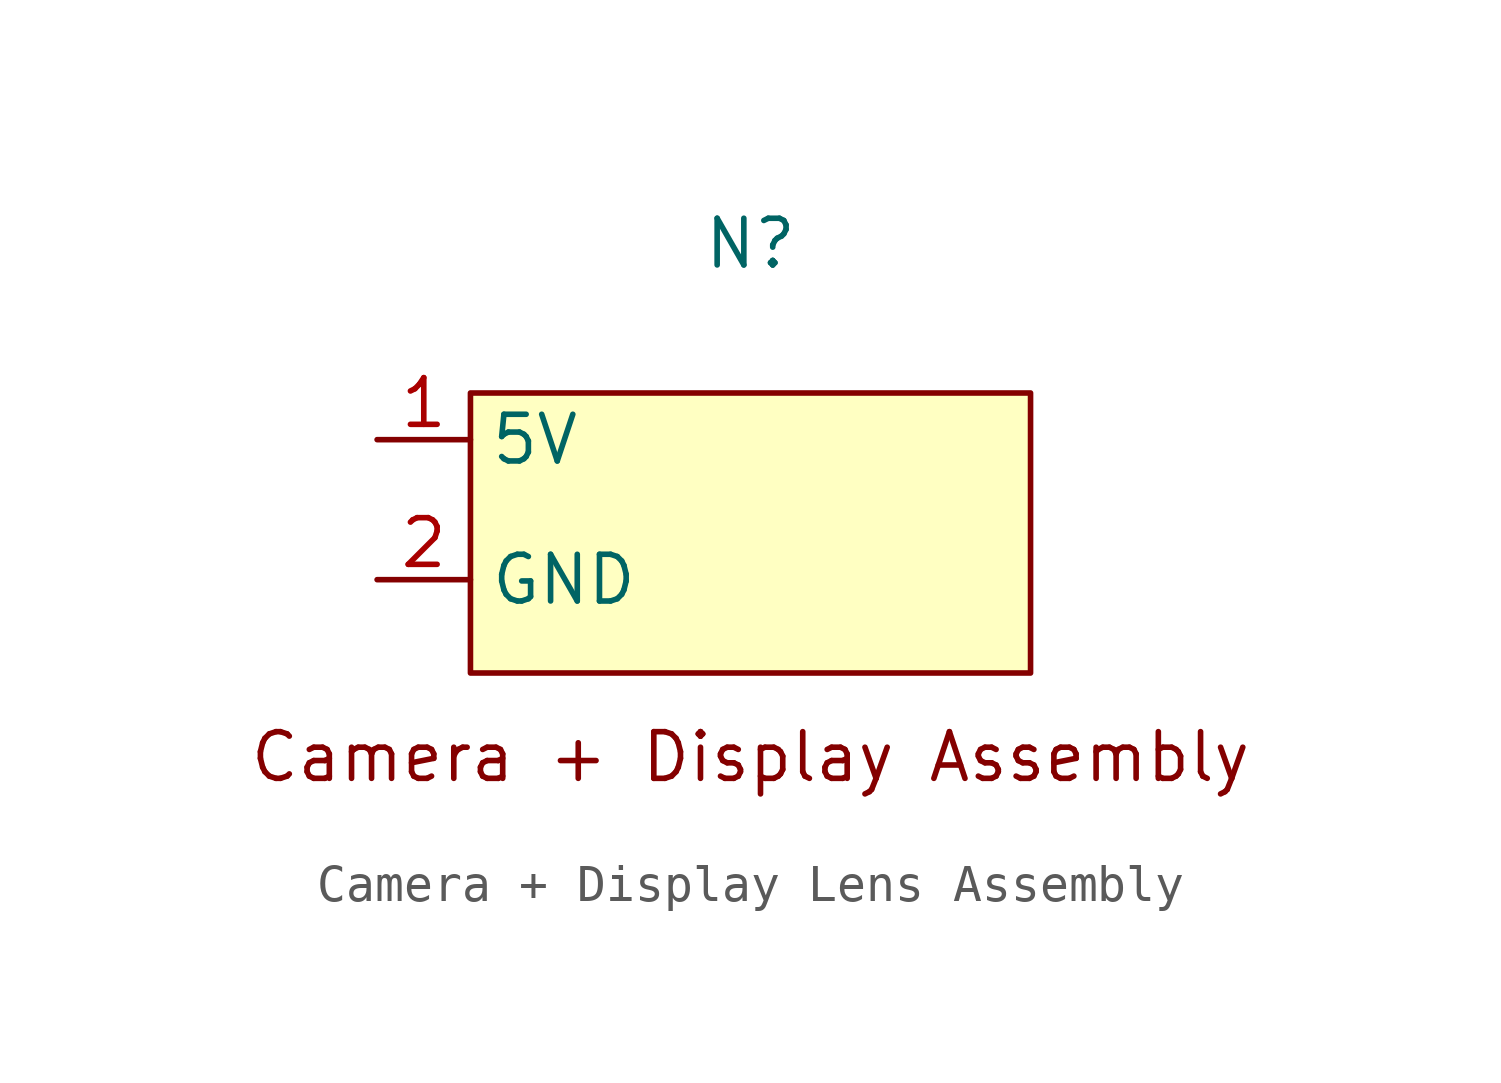
<source format=kicad_sym>
(kicad_symbol_lib
  (version 20241209)
  (generator "kicad_symbol_editor")
  (generator_version "9.0")
  (symbol "Camera + Display Lens Assembly"
    (property "Reference" "N"
      (at 0 7.874 0)
      (effects (font (size 1.27 1.27))))
    (property "Value" ""
      (at 0 0 0)
      (effects (font (size 1.27 1.27))))
    (symbol "Camera + Display Lens Assembly_0_1"
      (rectangle (start -7.62 3.81) (end 7.62 -3.81) (stroke (width 0) (type default)) (fill (type background))))
    (symbol "Camera + Display Lens Assembly_1_1"
      (text "Camera + Display Assembly\n" (at 0 -6.096 0) (effects (font (size 1.27 1.27))))
      (pin power_in line (at -10.16 2.54 0) (length 2.54) (name "5V" (effects (font (size 1.27 1.27)))) (number "1" (effects (font (size 1.27 1.27)))))
      (pin power_in line (at -10.16 -1.27 0) (length 2.54) (name "GND" (effects (font (size 1.27 1.27)))) (number "2" (effects (font (size 1.27 1.27))))))))
</source>
